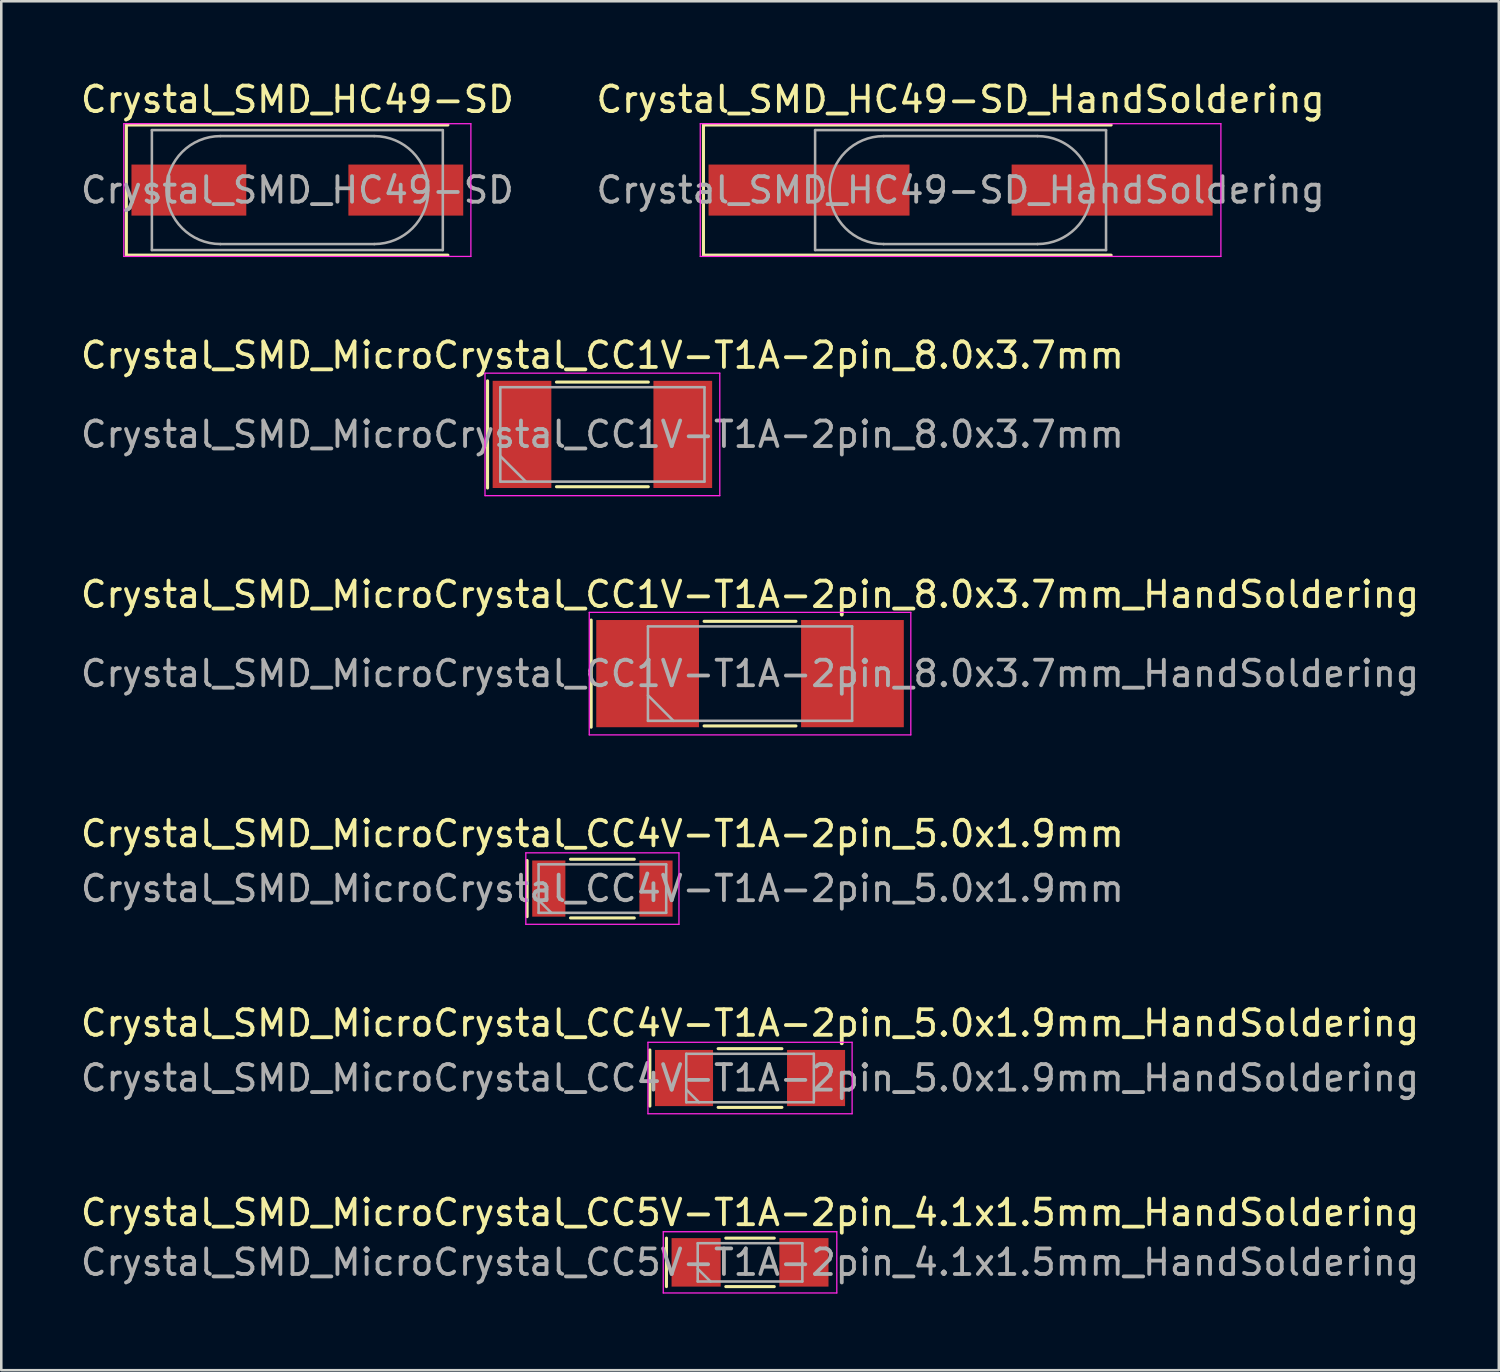
<source format=kicad_pcb>
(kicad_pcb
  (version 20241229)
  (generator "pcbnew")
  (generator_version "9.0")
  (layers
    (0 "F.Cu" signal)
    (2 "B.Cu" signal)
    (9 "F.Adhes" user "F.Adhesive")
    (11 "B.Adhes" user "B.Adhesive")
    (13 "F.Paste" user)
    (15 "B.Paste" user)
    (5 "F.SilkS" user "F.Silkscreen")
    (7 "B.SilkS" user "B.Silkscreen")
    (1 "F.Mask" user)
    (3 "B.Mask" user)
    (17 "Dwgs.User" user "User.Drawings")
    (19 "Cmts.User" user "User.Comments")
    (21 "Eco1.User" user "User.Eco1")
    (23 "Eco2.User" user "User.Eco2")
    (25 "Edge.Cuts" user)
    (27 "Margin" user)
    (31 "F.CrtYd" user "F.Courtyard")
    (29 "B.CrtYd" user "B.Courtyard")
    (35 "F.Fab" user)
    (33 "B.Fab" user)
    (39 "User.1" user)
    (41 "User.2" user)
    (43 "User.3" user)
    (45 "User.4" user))
  (footprint "Crystal_SMD_HC49-SD"
    (layer "F.Cu")
    (at 8.601 4.398)
    (property "Reference" "Crystal_SMD_HC49-SD" (at 0 -3.55 0) (layer "F.SilkS") (effects (font (size 1 1) (thickness 0.15))))
    (attr smd)
    (fp_line (start -6.7 -2.55) (end -6.7 2.55) (stroke (width 0.12) (type solid)) (layer "F.SilkS"))
    (fp_line (start -6.7 2.55) (end 5.9 2.55) (stroke (width 0.12) (type solid)) (layer "F.SilkS"))
    (fp_line (start 5.9 -2.55) (end -6.7 -2.55) (stroke (width 0.12) (type solid)) (layer "F.SilkS"))
    (fp_line (start -6.8 -2.6) (end -6.8 2.6) (stroke (width 0.05) (type solid)) (layer "F.CrtYd"))
    (fp_line (start -6.8 2.6) (end 6.8 2.6) (stroke (width 0.05) (type solid)) (layer "F.CrtYd"))
    (fp_line (start 6.8 -2.6) (end -6.8 -2.6) (stroke (width 0.05) (type solid)) (layer "F.CrtYd"))
    (fp_line (start 6.8 2.6) (end 6.8 -2.6) (stroke (width 0.05) (type solid)) (layer "F.CrtYd"))
    (fp_line (start -5.7 -2.35) (end -5.7 2.35) (stroke (width 0.1) (type solid)) (layer "F.Fab"))
    (fp_line (start -5.7 2.35) (end 5.7 2.35) (stroke (width 0.1) (type solid)) (layer "F.Fab"))
    (fp_line (start -3.015 -2.115) (end 3.015 -2.115) (stroke (width 0.1) (type solid)) (layer "F.Fab"))
    (fp_line (start -3.015 2.115) (end 3.015 2.115) (stroke (width 0.1) (type solid)) (layer "F.Fab"))
    (fp_line (start 5.7 -2.35) (end -5.7 -2.35) (stroke (width 0.1) (type solid)) (layer "F.Fab"))
    (fp_line (start 5.7 2.35) (end 5.7 -2.35) (stroke (width 0.1) (type solid)) (layer "F.Fab"))
    (fp_arc (start -3.015 2.115) (mid -5.13 0) (end -3.015 -2.115) (stroke (width 0.1) (type solid)) (layer "F.Fab"))
    (fp_arc (start 3.015 -2.115) (mid 5.13 0) (end 3.015 2.115) (stroke (width 0.1) (type solid)) (layer "F.Fab"))
    (fp_text user "${REFERENCE}" (at 0 0 0) (layer "F.Fab") (effects (font (size 1 1) (thickness 0.15))))
    (pad "1" smd rect (at -4.25 0) (size 4.5 2) (layers "F.Cu" "F.Mask" "F.Paste"))
    (pad "2" smd rect (at 4.25 0) (size 4.5 2) (layers "F.Cu" "F.Mask" "F.Paste")))
  (footprint "Crystal_SMD_HC49-SD_HandSoldering"
    (layer "F.Cu")
    (at 34.589 4.398)
    (property "Reference" "Crystal_SMD_HC49-SD_HandSoldering" (at 0 -3.55 0) (layer "F.SilkS") (effects (font (size 1 1) (thickness 0.15))))
    (attr smd)
    (fp_line (start -10.075 -2.55) (end -10.075 2.55) (stroke (width 0.12) (type solid)) (layer "F.SilkS"))
    (fp_line (start -10.075 2.55) (end 5.9 2.55) (stroke (width 0.12) (type solid)) (layer "F.SilkS"))
    (fp_line (start 5.9 -2.55) (end -10.075 -2.55) (stroke (width 0.12) (type solid)) (layer "F.SilkS"))
    (fp_line (start -10.2 -2.6) (end -10.2 2.6) (stroke (width 0.05) (type solid)) (layer "F.CrtYd"))
    (fp_line (start -10.2 2.6) (end 10.2 2.6) (stroke (width 0.05) (type solid)) (layer "F.CrtYd"))
    (fp_line (start 10.2 -2.6) (end -10.2 -2.6) (stroke (width 0.05) (type solid)) (layer "F.CrtYd"))
    (fp_line (start 10.2 2.6) (end 10.2 -2.6) (stroke (width 0.05) (type solid)) (layer "F.CrtYd"))
    (fp_line (start -5.7 -2.35) (end -5.7 2.35) (stroke (width 0.1) (type solid)) (layer "F.Fab"))
    (fp_line (start -5.7 2.35) (end 5.7 2.35) (stroke (width 0.1) (type solid)) (layer "F.Fab"))
    (fp_line (start -3.015 -2.115) (end 3.015 -2.115) (stroke (width 0.1) (type solid)) (layer "F.Fab"))
    (fp_line (start -3.015 2.115) (end 3.015 2.115) (stroke (width 0.1) (type solid)) (layer "F.Fab"))
    (fp_line (start 5.7 -2.35) (end -5.7 -2.35) (stroke (width 0.1) (type solid)) (layer "F.Fab"))
    (fp_line (start 5.7 2.35) (end 5.7 -2.35) (stroke (width 0.1) (type solid)) (layer "F.Fab"))
    (fp_arc (start -3.015 2.115) (mid -5.13 0) (end -3.015 -2.115) (stroke (width 0.1) (type solid)) (layer "F.Fab"))
    (fp_arc (start 3.015 -2.115) (mid 5.13 0) (end 3.015 2.115) (stroke (width 0.1) (type solid)) (layer "F.Fab"))
    (fp_text user "${REFERENCE}" (at 0 0 0) (layer "F.Fab") (effects (font (size 1 1) (thickness 0.15))))
    (pad "1" smd rect (at -5.938 0) (size 7.875 2) (layers "F.Cu" "F.Mask" "F.Paste"))
    (pad "2" smd rect (at 5.938 0) (size 7.875 2) (layers "F.Cu" "F.Mask" "F.Paste")))
  (footprint "Crystal_SMD_MicroCrystal_CC5V-T1A-2pin_4.1x1.5mm_HandSoldering"
    (layer "F.Cu")
    (at 26.339 46.414)
    (property "Reference" "Crystal_SMD_MicroCrystal_CC5V-T1A-2pin_4.1x1.5mm_HandSoldering" (at 0 -1.95 0) (layer "F.SilkS") (effects (font (size 1 1) (thickness 0.15))))
    (attr smd)
    (fp_line (start -3.275 -0.95) (end -3.275 0.95) (stroke (width 0.12) (type solid)) (layer "F.SilkS"))
    (fp_line (start -0.95 -0.95) (end 0.95 -0.95) (stroke (width 0.12) (type solid)) (layer "F.SilkS"))
    (fp_line (start -0.95 0.95) (end 0.95 0.95) (stroke (width 0.12) (type solid)) (layer "F.SilkS"))
    (fp_line (start -3.4 -1.2) (end -3.4 1.2) (stroke (width 0.05) (type solid)) (layer "F.CrtYd"))
    (fp_line (start -3.4 1.2) (end 3.4 1.2) (stroke (width 0.05) (type solid)) (layer "F.CrtYd"))
    (fp_line (start 3.4 -1.2) (end -3.4 -1.2) (stroke (width 0.05) (type solid)) (layer "F.CrtYd"))
    (fp_line (start 3.4 1.2) (end 3.4 -1.2) (stroke (width 0.05) (type solid)) (layer "F.CrtYd"))
    (fp_line (start -2.05 -0.75) (end -2.05 0.75) (stroke (width 0.1) (type solid)) (layer "F.Fab"))
    (fp_line (start -2.05 0.25) (end -1.55 0.75) (stroke (width 0.1) (type solid)) (layer "F.Fab"))
    (fp_line (start -2.05 0.75) (end 2.05 0.75) (stroke (width 0.1) (type solid)) (layer "F.Fab"))
    (fp_line (start 2.05 -0.75) (end -2.05 -0.75) (stroke (width 0.1) (type solid)) (layer "F.Fab"))
    (fp_line (start 2.05 0.75) (end 2.05 -0.75) (stroke (width 0.1) (type solid)) (layer "F.Fab"))
    (fp_text user "${REFERENCE}" (at 0 0 0) (layer "F.Fab") (effects (font (size 1 1) (thickness 0.15))))
    (pad "1" smd rect (at -2.112 0) (size 1.925 1.9) (layers "F.Cu" "F.Mask" "F.Paste"))
    (pad "2" smd rect (at 2.112 0) (size 1.925 1.9) (layers "F.Cu" "F.Mask" "F.Paste")))
  (footprint "Crystal_SMD_MicroCrystal_CC1V-T1A-2pin_8.0x3.7mm"
    (layer "F.Cu")
    (at 20.554 13.972)
    (property "Reference" "Crystal_SMD_MicroCrystal_CC1V-T1A-2pin_8.0x3.7mm" (at 0 -3.1 0) (layer "F.SilkS") (effects (font (size 1 1) (thickness 0.15))))
    (attr smd)
    (fp_line (start -4.5 -2.1) (end -4.5 2.1) (stroke (width 0.12) (type solid)) (layer "F.SilkS"))
    (fp_line (start -1.8 -2.05) (end 1.8 -2.05) (stroke (width 0.12) (type solid)) (layer "F.SilkS"))
    (fp_line (start -1.8 2.05) (end 1.8 2.05) (stroke (width 0.12) (type solid)) (layer "F.SilkS"))
    (fp_line (start -4.6 -2.4) (end -4.6 2.4) (stroke (width 0.05) (type solid)) (layer "F.CrtYd"))
    (fp_line (start -4.6 2.4) (end 4.6 2.4) (stroke (width 0.05) (type solid)) (layer "F.CrtYd"))
    (fp_line (start 4.6 -2.4) (end -4.6 -2.4) (stroke (width 0.05) (type solid)) (layer "F.CrtYd"))
    (fp_line (start 4.6 2.4) (end 4.6 -2.4) (stroke (width 0.05) (type solid)) (layer "F.CrtYd"))
    (fp_line (start -4 -1.85) (end -4 1.85) (stroke (width 0.1) (type solid)) (layer "F.Fab"))
    (fp_line (start -4 0.85) (end -3 1.85) (stroke (width 0.1) (type solid)) (layer "F.Fab"))
    (fp_line (start -4 1.85) (end 4 1.85) (stroke (width 0.1) (type solid)) (layer "F.Fab"))
    (fp_line (start 4 -1.85) (end -4 -1.85) (stroke (width 0.1) (type solid)) (layer "F.Fab"))
    (fp_line (start 4 1.85) (end 4 -1.85) (stroke (width 0.1) (type solid)) (layer "F.Fab"))
    (fp_text user "${REFERENCE}" (at 0 0 0) (layer "F.Fab") (effects (font (size 1 1) (thickness 0.15))))
    (pad "1" smd rect (at -3.15 0) (size 2.3 4.2) (layers "F.Cu" "F.Mask" "F.Paste"))
    (pad "2" smd rect (at 3.15 0) (size 2.3 4.2) (layers "F.Cu" "F.Mask" "F.Paste")))
  (footprint "Crystal_SMD_MicroCrystal_CC1V-T1A-2pin_8.0x3.7mm_HandSoldering"
    (layer "F.Cu")
    (at 26.339 23.345)
    (property "Reference" "Crystal_SMD_MicroCrystal_CC1V-T1A-2pin_8.0x3.7mm_HandSoldering" (at 0 -3.1 0) (layer "F.SilkS") (effects (font (size 1 1) (thickness 0.15))))
    (attr smd)
    (fp_line (start -6.225 -2.1) (end -6.225 2.1) (stroke (width 0.12) (type solid)) (layer "F.SilkS"))
    (fp_line (start -1.8 -2.05) (end 1.8 -2.05) (stroke (width 0.12) (type solid)) (layer "F.SilkS"))
    (fp_line (start -1.8 2.05) (end 1.8 2.05) (stroke (width 0.12) (type solid)) (layer "F.SilkS"))
    (fp_line (start -6.3 -2.4) (end -6.3 2.4) (stroke (width 0.05) (type solid)) (layer "F.CrtYd"))
    (fp_line (start -6.3 2.4) (end 6.3 2.4) (stroke (width 0.05) (type solid)) (layer "F.CrtYd"))
    (fp_line (start 6.3 -2.4) (end -6.3 -2.4) (stroke (width 0.05) (type solid)) (layer "F.CrtYd"))
    (fp_line (start 6.3 2.4) (end 6.3 -2.4) (stroke (width 0.05) (type solid)) (layer "F.CrtYd"))
    (fp_line (start -4 -1.85) (end -4 1.85) (stroke (width 0.1) (type solid)) (layer "F.Fab"))
    (fp_line (start -4 0.85) (end -3 1.85) (stroke (width 0.1) (type solid)) (layer "F.Fab"))
    (fp_line (start -4 1.85) (end 4 1.85) (stroke (width 0.1) (type solid)) (layer "F.Fab"))
    (fp_line (start 4 -1.85) (end -4 -1.85) (stroke (width 0.1) (type solid)) (layer "F.Fab"))
    (fp_line (start 4 1.85) (end 4 -1.85) (stroke (width 0.1) (type solid)) (layer "F.Fab"))
    (fp_text user "${REFERENCE}" (at 0 0 0) (layer "F.Fab") (effects (font (size 1 1) (thickness 0.15))))
    (pad "1" smd rect (at -4.013 0) (size 4.025 4.2) (layers "F.Cu" "F.Mask" "F.Paste"))
    (pad "2" smd rect (at 4.013 0) (size 4.025 4.2) (layers "F.Cu" "F.Mask" "F.Paste")))
  (footprint "Crystal_SMD_MicroCrystal_CC4V-T1A-2pin_5.0x1.9mm_HandSoldering"
    (layer "F.Cu")
    (at 26.339 39.191)
    (property "Reference" "Crystal_SMD_MicroCrystal_CC4V-T1A-2pin_5.0x1.9mm_HandSoldering" (at 0 -2.15 0) (layer "F.SilkS") (effects (font (size 1 1) (thickness 0.15))))
    (attr smd)
    (fp_line (start -3.925 -1.1) (end -3.925 1.1) (stroke (width 0.12) (type solid)) (layer "F.SilkS"))
    (fp_line (start -1.25 -1.15) (end 1.25 -1.15) (stroke (width 0.12) (type solid)) (layer "F.SilkS"))
    (fp_line (start -1.25 1.15) (end 1.25 1.15) (stroke (width 0.12) (type solid)) (layer "F.SilkS"))
    (fp_line (start -4 -1.4) (end -4 1.4) (stroke (width 0.05) (type solid)) (layer "F.CrtYd"))
    (fp_line (start -4 1.4) (end 4 1.4) (stroke (width 0.05) (type solid)) (layer "F.CrtYd"))
    (fp_line (start 4 -1.4) (end -4 -1.4) (stroke (width 0.05) (type solid)) (layer "F.CrtYd"))
    (fp_line (start 4 1.4) (end 4 -1.4) (stroke (width 0.05) (type solid)) (layer "F.CrtYd"))
    (fp_line (start -2.5 -0.95) (end -2.5 0.95) (stroke (width 0.1) (type solid)) (layer "F.Fab"))
    (fp_line (start -2.5 0.45) (end -2 0.95) (stroke (width 0.1) (type solid)) (layer "F.Fab"))
    (fp_line (start -2.5 0.95) (end 2.5 0.95) (stroke (width 0.1) (type solid)) (layer "F.Fab"))
    (fp_line (start 2.5 -0.95) (end -2.5 -0.95) (stroke (width 0.1) (type solid)) (layer "F.Fab"))
    (fp_line (start 2.5 0.95) (end 2.5 -0.95) (stroke (width 0.1) (type solid)) (layer "F.Fab"))
    (fp_text user "${REFERENCE}" (at 0 0 0) (layer "F.Fab") (effects (font (size 1 1) (thickness 0.15))))
    (pad "1" smd rect (at -2.587 0) (size 2.275 2.2) (layers "F.Cu" "F.Mask" "F.Paste"))
    (pad "2" smd rect (at 2.587 0) (size 2.275 2.2) (layers "F.Cu" "F.Mask" "F.Paste")))
  (footprint "Crystal_SMD_MicroCrystal_CC4V-T1A-2pin_5.0x1.9mm"
    (layer "F.Cu")
    (at 20.554 31.768)
    (property "Reference" "Crystal_SMD_MicroCrystal_CC4V-T1A-2pin_5.0x1.9mm" (at 0 -2.15 0) (layer "F.SilkS") (effects (font (size 1 1) (thickness 0.15))))
    (attr smd)
    (fp_line (start -2.95 -1.1) (end -2.95 1.1) (stroke (width 0.12) (type solid)) (layer "F.SilkS"))
    (fp_line (start -1.25 -1.15) (end 1.25 -1.15) (stroke (width 0.12) (type solid)) (layer "F.SilkS"))
    (fp_line (start -1.25 1.15) (end 1.25 1.15) (stroke (width 0.12) (type solid)) (layer "F.SilkS"))
    (fp_line (start -3 -1.4) (end -3 1.4) (stroke (width 0.05) (type solid)) (layer "F.CrtYd"))
    (fp_line (start -3 1.4) (end 3 1.4) (stroke (width 0.05) (type solid)) (layer "F.CrtYd"))
    (fp_line (start 3 -1.4) (end -3 -1.4) (stroke (width 0.05) (type solid)) (layer "F.CrtYd"))
    (fp_line (start 3 1.4) (end 3 -1.4) (stroke (width 0.05) (type solid)) (layer "F.CrtYd"))
    (fp_line (start -2.5 -0.95) (end -2.5 0.95) (stroke (width 0.1) (type solid)) (layer "F.Fab"))
    (fp_line (start -2.5 0.45) (end -2 0.95) (stroke (width 0.1) (type solid)) (layer "F.Fab"))
    (fp_line (start -2.5 0.95) (end 2.5 0.95) (stroke (width 0.1) (type solid)) (layer "F.Fab"))
    (fp_line (start 2.5 -0.95) (end -2.5 -0.95) (stroke (width 0.1) (type solid)) (layer "F.Fab"))
    (fp_line (start 2.5 0.95) (end 2.5 -0.95) (stroke (width 0.1) (type solid)) (layer "F.Fab"))
    (fp_text user "${REFERENCE}" (at 0 0 0) (layer "F.Fab") (effects (font (size 1 1) (thickness 0.15))))
    (pad "1" smd rect (at -2.1 0) (size 1.3 2.2) (layers "F.Cu" "F.Mask" "F.Paste"))
    (pad "2" smd rect (at 2.1 0) (size 1.3 2.2) (layers "F.Cu" "F.Mask" "F.Paste")))
  (gr_rect
    (start -3 -3)
    (end 55.679 50.639)
    (stroke (width 0.1) (type default))
    (fill no)
    (layer "Edge.Cuts")))
</source>
